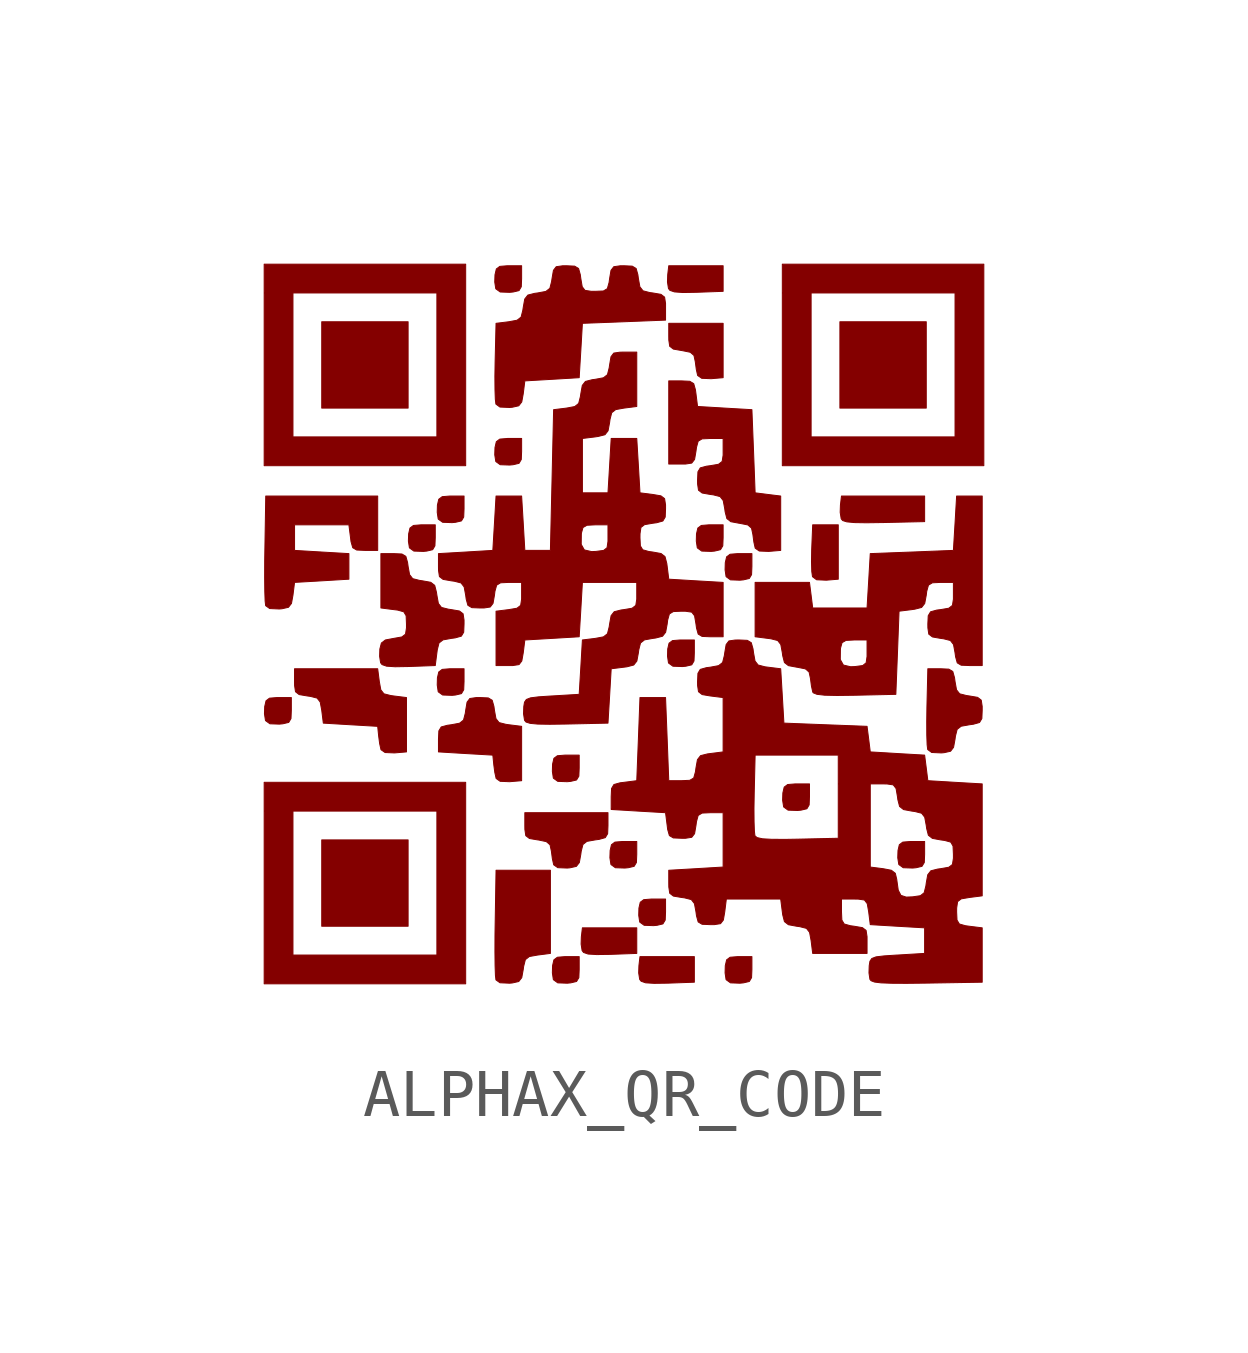
<source format=kicad_sym>
(kicad_symbol_lib
  (version 20211014)
  (generator kicad_symbol_editor)
  (symbol "ALPHAX_QR_CODE"
    (pin_names
      (offset 1.016))
    (property "Reference" "G"
      (at 0 9.365 0)
      (effects (font (size 1.27 1.27)) hide))
    (symbol "ALPHAX_QR_CODE_0_0"
      (polyline (pts (xy -4.533 -4.467) (xy -6.333 -4.467) (xy -6.333 -6.267) (xy -4.533 -6.267) (xy -4.533 -4.467)) (stroke (width 0.01) (type default) (color 0 0 0 0)) (fill (type outline)))
      (polyline (pts (xy -4.533 6.333) (xy -6.333 6.333) (xy -6.333 4.533) (xy -4.533 4.533) (xy -4.533 6.333)) (stroke (width 0.01) (type default) (color 0 0 0 0)) (fill (type outline)))
      (polyline (pts (xy 6.267 6.333) (xy 4.467 6.333) (xy 4.467 4.533) (xy 6.267 4.533) (xy 6.267 6.333)) (stroke (width 0.01) (type default) (color 0 0 0 0)) (fill (type outline)))
      (polyline (pts (xy -0.318 -6.853) (xy 0.233 -6.833) (xy 0.233 -6.3) (xy -0.9 -6.3) (xy -0.922 -6.489) (xy -0.927 -6.639) (xy -0.906 -6.775) (xy -0.876 -6.813) (xy -0.782 -6.846) (xy -0.604 -6.857) (xy -0.318 -6.853)) (stroke (width 0.01) (type default) (color 0 0 0 0)) (fill (type outline)))
      (polyline (pts (xy 0.882 -7.453) (xy 1.433 -7.433) (xy 1.433 -6.9) (xy 0.3 -6.9) (xy 0.278 -7.089) (xy 0.273 -7.239) (xy 0.294 -7.375) (xy 0.324 -7.413) (xy 0.418 -7.446) (xy 0.596 -7.457) (xy 0.882 -7.453)) (stroke (width 0.01) (type default) (color 0 0 0 0)) (fill (type outline)))
      (polyline (pts (xy 1.482 6.947) (xy 2.033 6.967) (xy 2.033 7.5) (xy 0.9 7.5) (xy 0.878 7.311) (xy 0.873 7.161) (xy 0.894 7.025) (xy 0.924 6.987) (xy 1.018 6.955) (xy 1.196 6.942) (xy 1.482 6.947)) (stroke (width 0.01) (type default) (color 0 0 0 0)) (fill (type outline)))
      (polyline (pts (xy 4.433 0.967) (xy 4.433 2.1) (xy 3.9 2.1) (xy 3.88 1.606) (xy 3.879 1.581) (xy 3.875 1.329) (xy 3.881 1.128) (xy 3.896 1.019) (xy 3.981 0.955) (xy 4.183 0.946) (xy 4.433 0.967)) (stroke (width 0.01) (type default) (color 0 0 0 0)) (fill (type outline)))
      (polyline (pts (xy -3.333 -3.267) (xy -7.533 -3.267) (xy -7.533 -3.867) (xy -6.933 -3.867) (xy -3.933 -3.867) (xy -3.933 -6.867) (xy -6.933 -6.867) (xy -6.933 -3.867) (xy -7.533 -3.867) (xy -7.533 -7.467) (xy -3.333 -7.467) (xy -3.333 -3.267)) (stroke (width 0.01) (type default) (color 0 0 0 0)) (fill (type outline)))
      (polyline (pts (xy -3.333 7.533) (xy -7.533 7.533) (xy -7.533 6.933) (xy -6.933 6.933) (xy -3.933 6.933) (xy -3.933 3.933) (xy -6.933 3.933) (xy -6.933 6.933) (xy -7.533 6.933) (xy -7.533 3.333) (xy -3.333 3.333) (xy -3.333 7.533)) (stroke (width 0.01) (type default) (color 0 0 0 0)) (fill (type outline)))
      (polyline (pts (xy 5.382 2.148) (xy 6.233 2.167) (xy 6.233 2.7) (xy 4.5 2.7) (xy 4.478 2.511) (xy 4.473 2.361) (xy 4.494 2.226) (xy 4.525 2.189) (xy 4.611 2.162) (xy 4.769 2.147) (xy 5.019 2.143) (xy 5.382 2.148)) (stroke (width 0.01) (type default) (color 0 0 0 0)) (fill (type outline)))
      (polyline (pts (xy 7.467 7.533) (xy 3.267 7.533) (xy 3.267 6.933) (xy 3.867 6.933) (xy 6.867 6.933) (xy 6.867 3.933) (xy 3.867 3.933) (xy 3.867 6.933) (xy 3.267 6.933) (xy 3.267 3.333) (xy 7.467 3.333) (xy 7.467 7.533)) (stroke (width 0.01) (type default) (color 0 0 0 0)) (fill (type outline)))
      (polyline (pts (xy -7.144 -2.047) (xy -7.021 -2.018) (xy -6.974 -1.938) (xy -6.967 -1.767) (xy -6.967 -1.5) (xy -7.233 -1.5) (xy -7.264 -1.5) (xy -7.422 -1.513) (xy -7.494 -1.567) (xy -7.522 -1.689) (xy -7.527 -1.839) (xy -7.506 -1.976) (xy -7.503 -1.982) (xy -7.413 -2.047) (xy -7.217 -2.054) (xy -7.144 -2.047)) (stroke (width 0.01) (type default) (color 0 0 0 0)) (fill (type outline)))
      (polyline (pts (xy -4.144 1.553) (xy -4.021 1.582) (xy -3.974 1.662) (xy -3.967 1.833) (xy -3.967 2.1) (xy -4.233 2.1) (xy -4.264 2.1) (xy -4.422 2.087) (xy -4.494 2.033) (xy -4.522 1.911) (xy -4.527 1.761) (xy -4.506 1.624) (xy -4.503 1.618) (xy -4.413 1.553) (xy -4.217 1.546) (xy -4.144 1.553)) (stroke (width 0.01) (type default) (color 0 0 0 0)) (fill (type outline)))
      (polyline (pts (xy -3.544 -1.447) (xy -3.421 -1.418) (xy -3.374 -1.338) (xy -3.367 -1.167) (xy -3.367 -0.9) (xy -3.633 -0.9) (xy -3.664 -0.9) (xy -3.822 -0.913) (xy -3.894 -0.967) (xy -3.922 -1.089) (xy -3.926 -1.239) (xy -3.906 -1.376) (xy -3.903 -1.382) (xy -3.813 -1.447) (xy -3.617 -1.454) (xy -3.544 -1.447)) (stroke (width 0.01) (type default) (color 0 0 0 0)) (fill (type outline)))
      (polyline (pts (xy -3.544 2.153) (xy -3.421 2.182) (xy -3.374 2.262) (xy -3.367 2.433) (xy -3.367 2.7) (xy -3.633 2.7) (xy -3.664 2.7) (xy -3.822 2.687) (xy -3.894 2.633) (xy -3.922 2.511) (xy -3.926 2.361) (xy -3.906 2.224) (xy -3.903 2.218) (xy -3.813 2.153) (xy -3.617 2.146) (xy -3.544 2.153)) (stroke (width 0.01) (type default) (color 0 0 0 0)) (fill (type outline)))
      (polyline (pts (xy -2.344 3.353) (xy -2.221 3.382) (xy -2.174 3.462) (xy -2.167 3.633) (xy -2.167 3.9) (xy -2.433 3.9) (xy -2.464 3.9) (xy -2.622 3.887) (xy -2.694 3.833) (xy -2.722 3.711) (xy -2.727 3.561) (xy -2.706 3.424) (xy -2.703 3.418) (xy -2.613 3.353) (xy -2.417 3.346) (xy -2.344 3.353)) (stroke (width 0.01) (type default) (color 0 0 0 0)) (fill (type outline)))
      (polyline (pts (xy -2.344 6.953) (xy -2.221 6.982) (xy -2.174 7.062) (xy -2.167 7.233) (xy -2.167 7.5) (xy -2.433 7.5) (xy -2.464 7.5) (xy -2.622 7.487) (xy -2.694 7.433) (xy -2.722 7.311) (xy -2.727 7.161) (xy -2.706 7.024) (xy -2.703 7.018) (xy -2.613 6.953) (xy -2.417 6.946) (xy -2.344 6.953)) (stroke (width 0.01) (type default) (color 0 0 0 0)) (fill (type outline)))
      (polyline (pts (xy -1.144 -7.447) (xy -1.022 -7.418) (xy -0.974 -7.338) (xy -0.967 -7.167) (xy -0.967 -6.9) (xy -1.233 -6.9) (xy -1.264 -6.9) (xy -1.422 -6.913) (xy -1.494 -6.967) (xy -1.522 -7.089) (xy -1.526 -7.239) (xy -1.506 -7.376) (xy -1.503 -7.382) (xy -1.413 -7.447) (xy -1.217 -7.454) (xy -1.144 -7.447)) (stroke (width 0.01) (type default) (color 0 0 0 0)) (fill (type outline)))
      (polyline (pts (xy -1.144 -3.247) (xy -1.022 -3.218) (xy -0.974 -3.138) (xy -0.967 -2.967) (xy -0.967 -2.7) (xy -1.233 -2.7) (xy -1.264 -2.7) (xy -1.422 -2.713) (xy -1.494 -2.767) (xy -1.522 -2.889) (xy -1.526 -3.039) (xy -1.506 -3.176) (xy -1.503 -3.182) (xy -1.413 -3.247) (xy -1.217 -3.254) (xy -1.144 -3.247)) (stroke (width 0.01) (type default) (color 0 0 0 0)) (fill (type outline)))
      (polyline (pts (xy 0.056 -5.047) (xy 0.178 -5.018) (xy 0.226 -4.938) (xy 0.233 -4.767) (xy 0.233 -4.5) (xy -0.033 -4.5) (xy -0.064 -4.5) (xy -0.222 -4.513) (xy -0.294 -4.567) (xy -0.322 -4.689) (xy -0.327 -4.839) (xy -0.306 -4.976) (xy -0.303 -4.982) (xy -0.213 -5.047) (xy -0.017 -5.054) (xy 0.056 -5.047)) (stroke (width 0.01) (type default) (color 0 0 0 0)) (fill (type outline)))
      (polyline (pts (xy 0.656 -6.247) (xy 0.778 -6.218) (xy 0.826 -6.138) (xy 0.833 -5.967) (xy 0.833 -5.7) (xy 0.567 -5.7) (xy 0.536 -5.7) (xy 0.378 -5.713) (xy 0.306 -5.767) (xy 0.278 -5.889) (xy 0.274 -6.039) (xy 0.294 -6.176) (xy 0.297 -6.182) (xy 0.387 -6.247) (xy 0.583 -6.254) (xy 0.656 -6.247)) (stroke (width 0.01) (type default) (color 0 0 0 0)) (fill (type outline)))
      (polyline (pts (xy 1.256 -0.847) (xy 1.379 -0.818) (xy 1.426 -0.738) (xy 1.433 -0.567) (xy 1.433 -0.3) (xy 1.167 -0.3) (xy 1.136 -0.3) (xy 0.978 -0.313) (xy 0.906 -0.367) (xy 0.878 -0.489) (xy 0.874 -0.639) (xy 0.894 -0.776) (xy 0.897 -0.782) (xy 0.987 -0.847) (xy 1.183 -0.854) (xy 1.256 -0.847)) (stroke (width 0.01) (type default) (color 0 0 0 0)) (fill (type outline)))
      (polyline (pts (xy 1.856 1.553) (xy 1.978 1.582) (xy 2.026 1.662) (xy 2.033 1.833) (xy 2.033 2.1) (xy 1.767 2.1) (xy 1.736 2.1) (xy 1.578 2.087) (xy 1.506 2.033) (xy 1.478 1.911) (xy 1.474 1.761) (xy 1.494 1.624) (xy 1.497 1.618) (xy 1.587 1.553) (xy 1.783 1.546) (xy 1.856 1.553)) (stroke (width 0.01) (type default) (color 0 0 0 0)) (fill (type outline)))
      (polyline (pts (xy 2.456 -7.447) (xy 2.579 -7.418) (xy 2.626 -7.338) (xy 2.633 -7.167) (xy 2.633 -6.9) (xy 2.367 -6.9) (xy 2.336 -6.9) (xy 2.178 -6.913) (xy 2.106 -6.967) (xy 2.078 -7.089) (xy 2.074 -7.239) (xy 2.094 -7.376) (xy 2.097 -7.382) (xy 2.187 -7.447) (xy 2.383 -7.454) (xy 2.456 -7.447)) (stroke (width 0.01) (type default) (color 0 0 0 0)) (fill (type outline)))
      (polyline (pts (xy 2.456 0.953) (xy 2.579 0.982) (xy 2.626 1.062) (xy 2.633 1.233) (xy 2.633 1.5) (xy 2.367 1.5) (xy 2.336 1.5) (xy 2.178 1.487) (xy 2.106 1.433) (xy 2.078 1.311) (xy 2.074 1.161) (xy 2.094 1.024) (xy 2.097 1.018) (xy 2.187 0.953) (xy 2.383 0.946) (xy 2.456 0.953)) (stroke (width 0.01) (type default) (color 0 0 0 0)) (fill (type outline)))
      (polyline (pts (xy 3.656 -3.847) (xy 3.779 -3.818) (xy 3.826 -3.738) (xy 3.833 -3.567) (xy 3.833 -3.3) (xy 3.567 -3.3) (xy 3.536 -3.3) (xy 3.378 -3.313) (xy 3.306 -3.367) (xy 3.278 -3.489) (xy 3.273 -3.639) (xy 3.294 -3.776) (xy 3.297 -3.782) (xy 3.387 -3.847) (xy 3.583 -3.854) (xy 3.656 -3.847)) (stroke (width 0.01) (type default) (color 0 0 0 0)) (fill (type outline)))
      (polyline (pts (xy 6.056 -5.047) (xy 6.178 -5.018) (xy 6.226 -4.938) (xy 6.233 -4.767) (xy 6.233 -4.5) (xy 5.967 -4.5) (xy 5.936 -4.5) (xy 5.778 -4.513) (xy 5.706 -4.567) (xy 5.678 -4.689) (xy 5.673 -4.839) (xy 5.694 -4.976) (xy 5.697 -4.982) (xy 5.787 -5.047) (xy 5.983 -5.054) (xy 6.056 -5.047)) (stroke (width 0.01) (type default) (color 0 0 0 0)) (fill (type outline)))
      (polyline (pts (xy 2.033 5.167) (xy 2.033 6.3) (xy 0.9 6.3) (xy 0.9 6.033) (xy 0.901 5.951) (xy 0.92 5.821) (xy 0.996 5.763) (xy 1.167 5.733) (xy 1.181 5.731) (xy 1.348 5.697) (xy 1.425 5.631) (xy 1.453 5.5) (xy 1.474 5.34) (xy 1.502 5.213) (xy 1.587 5.154) (xy 1.783 5.146) (xy 2.033 5.167)) (stroke (width 0.01) (type default) (color 0 0 0 0)) (fill (type outline)))
      (polyline (pts (xy -2.361 -7.449) (xy -2.227 -7.419) (xy -2.164 -7.338) (xy -2.133 -7.167) (xy -2.125 -7.105) (xy -2.089 -6.963) (xy -2.006 -6.898) (xy -1.833 -6.867) (xy -1.567 -6.833) (xy -1.567 -5.1) (xy -2.7 -5.1) (xy -2.718 -6.197) (xy -2.722 -6.452) (xy -2.723 -6.8) (xy -2.72 -7.087) (xy -2.713 -7.29) (xy -2.702 -7.385) (xy -2.618 -7.445) (xy -2.417 -7.454) (xy -2.361 -7.449)) (stroke (width 0.01) (type default) (color 0 0 0 0)) (fill (type outline)))
      (polyline (pts (xy -4.567 -2.633) (xy -4.567 -1.5) (xy -4.833 -1.467) (xy -4.895 -1.458) (xy -5.037 -1.422) (xy -5.102 -1.339) (xy -5.133 -1.167) (xy -5.167 -0.9) (xy -6.9 -0.9) (xy -6.9 -1.167) (xy -6.899 -1.249) (xy -6.88 -1.379) (xy -6.804 -1.438) (xy -6.633 -1.467) (xy -6.572 -1.475) (xy -6.43 -1.511) (xy -6.365 -1.594) (xy -6.333 -1.767) (xy -6.3 -2.033) (xy -5.733 -2.067) (xy -5.167 -2.1) (xy -5.147 -2.3) (xy -5.126 -2.46) (xy -5.098 -2.587) (xy -5.013 -2.646) (xy -4.817 -2.654) (xy -4.567 -2.633)) (stroke (width 0.01) (type default) (color 0 0 0 0)) (fill (type outline)))
      (polyline (pts (xy -1.161 -5.049) (xy -1.026 -5.019) (xy -0.964 -4.939) (xy -0.933 -4.767) (xy -0.925 -4.705) (xy -0.889 -4.563) (xy -0.806 -4.498) (xy -0.633 -4.467) (xy -0.551 -4.456) (xy -0.423 -4.42) (xy -0.374 -4.338) (xy -0.367 -4.167) (xy -0.367 -3.9) (xy -2.1 -3.9) (xy -2.1 -4.167) (xy -2.099 -4.249) (xy -2.08 -4.379) (xy -2.004 -4.438) (xy -1.833 -4.467) (xy -1.819 -4.468) (xy -1.652 -4.503) (xy -1.575 -4.569) (xy -1.547 -4.7) (xy -1.526 -4.86) (xy -1.498 -4.987) (xy -1.413 -5.046) (xy -1.217 -5.054) (xy -1.161 -5.049)) (stroke (width 0.01) (type default) (color 0 0 0 0)) (fill (type outline)))
      (polyline (pts (xy -7.161 0.351) (xy -7.027 0.381) (xy -6.964 0.462) (xy -6.933 0.633) (xy -6.9 0.9) (xy -6.333 0.933) (xy -5.767 0.967) (xy -5.767 1.5) (xy -6.333 1.533) (xy -6.9 1.567) (xy -6.9 2.1) (xy -5.767 2.1) (xy -5.733 1.833) (xy -5.723 1.751) (xy -5.687 1.623) (xy -5.605 1.575) (xy -5.433 1.567) (xy -5.167 1.567) (xy -5.167 2.7) (xy -7.5 2.7) (xy -7.518 1.603) (xy -7.522 1.348) (xy -7.523 1) (xy -7.52 0.713) (xy -7.513 0.51) (xy -7.502 0.415) (xy -7.418 0.355) (xy -7.217 0.346) (xy -7.161 0.351)) (stroke (width 0.01) (type default) (color 0 0 0 0)) (fill (type outline)))
      (polyline (pts (xy -2.167 -3.233) (xy -2.167 -2.1) (xy -2.433 -2.067) (xy -2.495 -2.058) (xy -2.637 -2.022) (xy -2.702 -1.939) (xy -2.733 -1.767) (xy -2.744 -1.685) (xy -2.78 -1.557) (xy -2.862 -1.508) (xy -3.033 -1.5) (xy -3.115 -1.501) (xy -3.246 -1.52) (xy -3.304 -1.596) (xy -3.333 -1.767) (xy -3.341 -1.828) (xy -3.378 -1.97) (xy -3.461 -2.035) (xy -3.633 -2.067) (xy -3.715 -2.078) (xy -3.843 -2.113) (xy -3.892 -2.195) (xy -3.9 -2.367) (xy -3.9 -2.633) (xy -3.333 -2.667) (xy -2.767 -2.7) (xy -2.747 -2.9) (xy -2.726 -3.06) (xy -2.698 -3.187) (xy -2.614 -3.246) (xy -2.417 -3.254) (xy -2.167 -3.233)) (stroke (width 0.01) (type default) (color 0 0 0 0)) (fill (type outline)))
      (polyline (pts (xy 6.639 -2.649) (xy 6.774 -2.619) (xy 6.836 -2.538) (xy 6.867 -2.367) (xy 6.875 -2.305) (xy 6.911 -2.163) (xy 6.994 -2.098) (xy 7.167 -2.067) (xy 7.249 -2.056) (xy 7.377 -2.02) (xy 7.426 -1.938) (xy 7.433 -1.767) (xy 7.433 -1.685) (xy 7.413 -1.554) (xy 7.337 -1.496) (xy 7.167 -1.467) (xy 7.105 -1.458) (xy 6.963 -1.422) (xy 6.898 -1.339) (xy 6.867 -1.167) (xy 6.856 -1.085) (xy 6.82 -0.957) (xy 6.738 -0.908) (xy 6.567 -0.9) (xy 6.3 -0.9) (xy 6.281 -1.696) (xy 6.277 -2.004) (xy 6.278 -2.281) (xy 6.285 -2.484) (xy 6.297 -2.583) (xy 6.38 -2.645) (xy 6.583 -2.654) (xy 6.639 -2.649)) (stroke (width 0.01) (type default) (color 0 0 0 0)) (fill (type outline)))
      (polyline (pts (xy -4.518 -0.853) (xy -3.967 -0.833) (xy -3.933 -0.567) (xy -3.925 -0.505) (xy -3.889 -0.363) (xy -3.806 -0.298) (xy -3.633 -0.267) (xy -3.551 -0.256) (xy -3.423 -0.22) (xy -3.374 -0.138) (xy -3.367 0.033) (xy -3.367 0.115) (xy -3.387 0.246) (xy -3.463 0.304) (xy -3.633 0.333) (xy -3.695 0.342) (xy -3.837 0.378) (xy -3.902 0.461) (xy -3.933 0.633) (xy -3.942 0.695) (xy -3.978 0.837) (xy -4.061 0.902) (xy -4.233 0.933) (xy -4.295 0.942) (xy -4.437 0.978) (xy -4.502 1.061) (xy -4.533 1.233) (xy -4.544 1.315) (xy -4.58 1.443) (xy -4.662 1.492) (xy -4.833 1.5) (xy -5.1 1.5) (xy -5.1 0.367) (xy -4.833 0.333) (xy -4.751 0.323) (xy -4.623 0.287) (xy -4.574 0.205) (xy -4.567 0.033) (xy -4.567 -0.049) (xy -4.587 -0.179) (xy -4.663 -0.237) (xy -4.833 -0.267) (xy -5.007 -0.3) (xy -5.09 -0.364) (xy -5.122 -0.489) (xy -5.127 -0.639) (xy -5.106 -0.775) (xy -5.076 -0.813) (xy -4.982 -0.846) (xy -4.804 -0.858) (xy -4.518 -0.853)) (stroke (width 0.01) (type default) (color 0 0 0 0)) (fill (type outline)))
      (polyline (pts (xy 3.233 1.567) (xy 3.233 2.7) (xy 2.967 2.733) (xy 2.7 2.767) (xy 2.667 3.633) (xy 2.633 4.5) (xy 2.067 4.533) (xy 1.5 4.567) (xy 1.467 4.833) (xy 1.456 4.915) (xy 1.42 5.043) (xy 1.338 5.092) (xy 1.167 5.1) (xy 0.9 5.1) (xy 0.9 3.367) (xy 1.167 3.367) (xy 1.249 3.367) (xy 1.379 3.387) (xy 1.438 3.463) (xy 1.467 3.633) (xy 1.478 3.715) (xy 1.513 3.843) (xy 1.595 3.892) (xy 1.767 3.9) (xy 2.033 3.9) (xy 2.033 3.633) (xy 2.033 3.551) (xy 2.013 3.421) (xy 1.937 3.362) (xy 1.767 3.333) (xy 1.685 3.322) (xy 1.557 3.287) (xy 1.508 3.205) (xy 1.5 3.033) (xy 1.501 2.951) (xy 1.52 2.821) (xy 1.596 2.763) (xy 1.767 2.733) (xy 1.828 2.725) (xy 1.97 2.689) (xy 2.035 2.606) (xy 2.067 2.433) (xy 2.075 2.372) (xy 2.111 2.23) (xy 2.194 2.165) (xy 2.367 2.133) (xy 2.381 2.131) (xy 2.548 2.098) (xy 2.625 2.031) (xy 2.653 1.9) (xy 2.674 1.74) (xy 2.702 1.613) (xy 2.787 1.554) (xy 2.983 1.546) (xy 3.233 1.567)) (stroke (width 0.01) (type default) (color 0 0 0 0)) (fill (type outline)))
      (polyline (pts (xy -2.361 4.551) (xy -2.227 4.581) (xy -2.164 4.662) (xy -2.133 4.833) (xy -2.1 5.1) (xy -1.533 5.133) (xy -0.967 5.167) (xy -0.933 5.733) (xy -0.9 6.3) (xy -0.033 6.333) (xy 0.833 6.367) (xy 0.833 6.633) (xy 0.833 6.715) (xy 0.813 6.846) (xy 0.737 6.904) (xy 0.567 6.933) (xy 0.505 6.941) (xy 0.363 6.978) (xy 0.298 7.061) (xy 0.267 7.233) (xy 0.256 7.315) (xy 0.22 7.443) (xy 0.138 7.492) (xy -0.033 7.5) (xy -0.115 7.499) (xy -0.246 7.48) (xy -0.304 7.404) (xy -0.333 7.233) (xy -0.344 7.151) (xy -0.38 7.023) (xy -0.462 6.974) (xy -0.633 6.967) (xy -0.715 6.967) (xy -0.846 6.987) (xy -0.904 7.063) (xy -0.933 7.233) (xy -0.944 7.315) (xy -0.98 7.443) (xy -1.062 7.492) (xy -1.233 7.5) (xy -1.315 7.499) (xy -1.446 7.48) (xy -1.504 7.404) (xy -1.533 7.233) (xy -1.542 7.172) (xy -1.578 7.03) (xy -1.661 6.965) (xy -1.833 6.933) (xy -1.895 6.925) (xy -2.037 6.889) (xy -2.102 6.806) (xy -2.133 6.633) (xy -2.142 6.572) (xy -2.178 6.43) (xy -2.261 6.365) (xy -2.433 6.333) (xy -2.7 6.3) (xy -2.719 5.504) (xy -2.724 5.196) (xy -2.722 4.919) (xy -2.715 4.716) (xy -2.703 4.617) (xy -2.619 4.555) (xy -2.417 4.546) (xy -2.361 4.551)) (stroke (width 0.01) (type default) (color 0 0 0 0)) (fill (type outline)))
      (polyline (pts (xy 4.782 -1.452) (xy 5.633 -1.433) (xy 5.667 -0.567) (xy 5.7 0.3) (xy 5.967 0.333) (xy 6.028 0.342) (xy 6.17 0.378) (xy 6.235 0.461) (xy 6.267 0.633) (xy 6.277 0.715) (xy 6.313 0.843) (xy 6.395 0.892) (xy 6.567 0.9) (xy 6.833 0.9) (xy 6.833 0.633) (xy 6.833 0.551) (xy 6.813 0.421) (xy 6.737 0.362) (xy 6.567 0.333) (xy 6.485 0.323) (xy 6.357 0.287) (xy 6.308 0.205) (xy 6.3 0.033) (xy 6.301 -0.049) (xy 6.32 -0.179) (xy 6.396 -0.237) (xy 6.567 -0.267) (xy 6.628 -0.275) (xy 6.77 -0.311) (xy 6.835 -0.394) (xy 6.867 -0.567) (xy 6.878 -0.649) (xy 6.913 -0.777) (xy 6.995 -0.826) (xy 7.167 -0.833) (xy 7.433 -0.833) (xy 7.433 2.7) (xy 6.9 2.7) (xy 6.867 2.133) (xy 6.833 1.567) (xy 5.967 1.533) (xy 5.1 1.5) (xy 5.067 0.933) (xy 5.033 0.367) (xy 3.9 0.367) (xy 3.867 0.633) (xy 3.833 0.9) (xy 2.7 0.9) (xy 2.7 -0.233) (xy 2.967 -0.267) (xy 3.028 -0.275) (xy 3.17 -0.311) (xy 3.235 -0.394) (xy 3.267 -0.567) (xy 3.275 -0.628) (xy 3.295 -0.707) (xy 4.475 -0.707) (xy 4.478 -0.489) (xy 4.481 -0.467) (xy 4.512 -0.356) (xy 4.593 -0.309) (xy 4.767 -0.3) (xy 5.033 -0.3) (xy 5.033 -0.567) (xy 5.033 -0.644) (xy 5.014 -0.776) (xy 4.943 -0.833) (xy 4.783 -0.854) (xy 4.691 -0.858) (xy 4.54 -0.823) (xy 4.475 -0.707) (xy 3.295 -0.707) (xy 3.311 -0.77) (xy 3.394 -0.835) (xy 3.567 -0.867) (xy 3.581 -0.869) (xy 3.748 -0.902) (xy 3.825 -0.969) (xy 3.853 -1.1) (xy 3.874 -1.26) (xy 3.901 -1.385) (xy 3.913 -1.402) (xy 3.99 -1.433) (xy 4.149 -1.451) (xy 4.407 -1.457) (xy 4.782 -1.452)) (stroke (width 0.01) (type default) (color 0 0 0 0)) (fill (type outline)))
      (polyline (pts (xy -1.218 -2.052) (xy -0.367 -2.033) (xy -0.333 -1.467) (xy -0.3 -0.9) (xy -0.033 -0.867) (xy 0.028 -0.859) (xy 0.17 -0.822) (xy 0.235 -0.739) (xy 0.267 -0.567) (xy 0.275 -0.505) (xy 0.311 -0.363) (xy 0.394 -0.298) (xy 0.567 -0.267) (xy 0.628 -0.259) (xy 0.77 -0.222) (xy 0.835 -0.139) (xy 0.867 0.033) (xy 0.877 0.115) (xy 0.913 0.243) (xy 0.995 0.292) (xy 1.167 0.3) (xy 1.249 0.299) (xy 1.379 0.28) (xy 1.438 0.204) (xy 1.467 0.033) (xy 1.478 -0.049) (xy 1.513 -0.177) (xy 1.595 -0.226) (xy 1.767 -0.233) (xy 2.033 -0.233) (xy 2.033 0.9) (xy 1.467 0.933) (xy 0.9 0.967) (xy 0.867 1.233) (xy 0.859 1.295) (xy 0.822 1.437) (xy 0.739 1.502) (xy 0.567 1.533) (xy 0.485 1.544) (xy 0.357 1.58) (xy 0.308 1.662) (xy 0.3 1.833) (xy 0.301 1.915) (xy 0.32 2.046) (xy 0.396 2.104) (xy 0.567 2.133) (xy 0.649 2.144) (xy 0.777 2.18) (xy 0.826 2.262) (xy 0.833 2.433) (xy 0.833 2.515) (xy 0.813 2.646) (xy 0.737 2.704) (xy 0.567 2.733) (xy 0.3 2.767) (xy 0.267 3.333) (xy 0.233 3.9) (xy -0.3 3.9) (xy -0.333 3.333) (xy -0.367 2.767) (xy -0.9 2.767) (xy -0.9 3.9) (xy -0.633 3.933) (xy -0.572 3.942) (xy -0.43 3.978) (xy -0.365 4.061) (xy -0.333 4.233) (xy -0.325 4.295) (xy -0.289 4.437) (xy -0.206 4.502) (xy -0.033 4.533) (xy 0.233 4.567) (xy 0.233 5.7) (xy -0.033 5.7) (xy -0.115 5.699) (xy -0.246 5.68) (xy -0.304 5.604) (xy -0.333 5.433) (xy -0.342 5.372) (xy -0.378 5.23) (xy -0.461 5.165) (xy -0.633 5.133) (xy -0.695 5.125) (xy -0.837 5.089) (xy -0.902 5.006) (xy -0.933 4.833) (xy -0.942 4.772) (xy -0.978 4.63) (xy -1.061 4.565) (xy -1.233 4.533) (xy -1.5 4.5) (xy -1.533 3.033) (xy -1.564 1.693) (xy -0.925 1.693) (xy -0.922 1.911) (xy -0.919 1.933) (xy -0.888 2.044) (xy -0.806 2.091) (xy -0.633 2.1) (xy -0.367 2.1) (xy -0.367 1.833) (xy -0.367 1.756) (xy -0.386 1.623) (xy -0.457 1.567) (xy -0.617 1.546) (xy -0.709 1.542) (xy -0.86 1.577) (xy -0.925 1.693) (xy -1.564 1.693) (xy -1.567 1.567) (xy -2.1 1.567) (xy -2.133 2.133) (xy -2.167 2.7) (xy -2.7 2.7) (xy -2.733 2.133) (xy -2.767 1.567) (xy -3.333 1.533) (xy -3.9 1.5) (xy -3.9 1.233) (xy -3.899 1.151) (xy -3.88 1.021) (xy -3.804 0.963) (xy -3.633 0.933) (xy -3.572 0.925) (xy -3.43 0.889) (xy -3.365 0.806) (xy -3.333 0.633) (xy -3.322 0.551) (xy -3.287 0.423) (xy -3.205 0.374) (xy -3.033 0.367) (xy -2.951 0.367) (xy -2.821 0.387) (xy -2.763 0.463) (xy -2.733 0.633) (xy -2.723 0.715) (xy -2.687 0.843) (xy -2.605 0.892) (xy -2.433 0.9) (xy -2.167 0.9) (xy -2.167 0.633) (xy -2.167 0.551) (xy -2.187 0.421) (xy -2.263 0.362) (xy -2.433 0.333) (xy -2.7 0.3) (xy -2.7 -0.833) (xy -2.433 -0.833) (xy -2.351 -0.833) (xy -2.221 -0.813) (xy -2.163 -0.737) (xy -2.133 -0.567) (xy -2.1 -0.3) (xy -1.533 -0.267) (xy -0.967 -0.233) (xy -0.933 0.333) (xy -0.9 0.9) (xy 0.233 0.9) (xy 0.233 0.633) (xy 0.233 0.551) (xy 0.213 0.421) (xy 0.137 0.362) (xy -0.033 0.333) (xy -0.095 0.325) (xy -0.237 0.289) (xy -0.302 0.206) (xy -0.333 0.033) (xy -0.342 -0.028) (xy -0.378 -0.17) (xy -0.461 -0.235) (xy -0.633 -0.267) (xy -0.9 -0.3) (xy -0.933 -0.867) (xy -0.967 -1.433) (xy -1.533 -1.467) (xy -1.542 -1.467) (xy -1.813 -1.485) (xy -1.98 -1.506) (xy -2.068 -1.54) (xy -2.107 -1.597) (xy -2.122 -1.689) (xy -2.127 -1.839) (xy -2.106 -1.974) (xy -2.075 -2.011) (xy -1.989 -2.038) (xy -1.831 -2.053) (xy -1.581 -2.057) (xy -1.218 -2.052)) (stroke (width 0.01) (type default) (color 0 0 0 0)) (fill (type outline)))
      (polyline (pts (xy 6.282 -7.452) (xy 7.433 -7.433) (xy 7.433 -6.3) (xy 7.167 -6.267) (xy 7.085 -6.256) (xy 6.957 -6.22) (xy 6.908 -6.138) (xy 6.9 -5.967) (xy 6.901 -5.885) (xy 6.92 -5.754) (xy 6.996 -5.696) (xy 7.167 -5.667) (xy 7.433 -5.633) (xy 7.433 -3.3) (xy 6.867 -3.267) (xy 6.3 -3.233) (xy 6.267 -2.967) (xy 6.233 -2.7) (xy 5.667 -2.667) (xy 5.1 -2.633) (xy 5.067 -2.367) (xy 5.033 -2.1) (xy 4.167 -2.067) (xy 3.3 -2.033) (xy 3.267 -1.467) (xy 3.233 -0.9) (xy 2.967 -0.867) (xy 2.905 -0.859) (xy 2.763 -0.822) (xy 2.698 -0.739) (xy 2.667 -0.567) (xy 2.656 -0.485) (xy 2.62 -0.357) (xy 2.538 -0.308) (xy 2.367 -0.3) (xy 2.285 -0.301) (xy 2.154 -0.32) (xy 2.096 -0.396) (xy 2.067 -0.567) (xy 2.058 -0.628) (xy 2.022 -0.77) (xy 1.939 -0.835) (xy 1.767 -0.867) (xy 1.685 -0.877) (xy 1.557 -0.913) (xy 1.508 -0.995) (xy 1.5 -1.167) (xy 1.501 -1.249) (xy 1.52 -1.379) (xy 1.596 -1.438) (xy 1.767 -1.467) (xy 2.033 -1.5) (xy 2.033 -2.633) (xy 1.767 -2.667) (xy 1.705 -2.675) (xy 1.563 -2.711) (xy 1.498 -2.794) (xy 1.467 -2.967) (xy 1.456 -3.049) (xy 1.42 -3.177) (xy 1.338 -3.225) (xy 1.167 -3.233) (xy 0.9 -3.233) (xy 0.867 -2.367) (xy 0.833 -1.5) (xy 0.3 -1.5) (xy 0.267 -2.367) (xy 0.233 -3.233) (xy -0.033 -3.267) (xy -0.115 -3.277) (xy -0.243 -3.313) (xy -0.292 -3.395) (xy -0.3 -3.567) (xy -0.3 -3.815) (xy 2.676 -3.815) (xy 2.681 -3.496) (xy 2.7 -2.7) (xy 4.433 -2.7) (xy 4.433 -3.3) (xy 5.1 -3.3) (xy 5.367 -3.3) (xy 5.449 -3.301) (xy 5.579 -3.32) (xy 5.638 -3.396) (xy 5.667 -3.567) (xy 5.675 -3.628) (xy 5.711 -3.77) (xy 5.794 -3.835) (xy 5.967 -3.867) (xy 6.028 -3.875) (xy 6.17 -3.911) (xy 6.235 -3.994) (xy 6.267 -4.167) (xy 6.275 -4.228) (xy 6.311 -4.37) (xy 6.394 -4.435) (xy 6.567 -4.467) (xy 6.649 -4.478) (xy 6.777 -4.513) (xy 6.825 -4.595) (xy 6.833 -4.767) (xy 6.833 -4.849) (xy 6.813 -4.979) (xy 6.737 -5.037) (xy 6.567 -5.067) (xy 6.505 -5.075) (xy 6.363 -5.111) (xy 6.298 -5.194) (xy 6.267 -5.367) (xy 6.259 -5.427) (xy 6.223 -5.569) (xy 6.145 -5.63) (xy 5.983 -5.654) (xy 5.848 -5.659) (xy 5.739 -5.623) (xy 5.683 -5.514) (xy 5.653 -5.3) (xy 5.652 -5.289) (xy 5.622 -5.163) (xy 5.54 -5.1) (xy 5.367 -5.067) (xy 5.1 -5.033) (xy 5.1 -3.3) (xy 4.433 -3.3) (xy 4.433 -4.433) (xy 3.582 -4.452) (xy 3.35 -4.456) (xy 3.049 -4.455) (xy 2.853 -4.444) (xy 2.741 -4.419) (xy 2.696 -4.381) (xy 2.685 -4.288) (xy 2.678 -4.089) (xy 2.676 -3.815) (xy -0.3 -3.815) (xy -0.3 -3.833) (xy 0.267 -3.867) (xy 0.833 -3.9) (xy 0.867 -4.167) (xy 0.877 -4.249) (xy 0.913 -4.377) (xy 0.995 -4.426) (xy 1.167 -4.433) (xy 1.249 -4.433) (xy 1.379 -4.413) (xy 1.438 -4.337) (xy 1.467 -4.167) (xy 1.478 -4.085) (xy 1.513 -3.957) (xy 1.595 -3.908) (xy 1.767 -3.9) (xy 2.033 -3.9) (xy 2.033 -5.033) (xy 1.467 -5.067) (xy 0.9 -5.1) (xy 0.9 -5.367) (xy 0.901 -5.449) (xy 0.92 -5.579) (xy 0.996 -5.638) (xy 1.167 -5.667) (xy 1.228 -5.675) (xy 1.37 -5.711) (xy 1.435 -5.794) (xy 1.467 -5.967) (xy 1.478 -6.049) (xy 1.513 -6.177) (xy 1.595 -6.226) (xy 1.767 -6.233) (xy 1.849 -6.233) (xy 1.979 -6.213) (xy 2.038 -6.137) (xy 2.067 -5.967) (xy 2.1 -5.7) (xy 3.233 -5.7) (xy 3.267 -5.967) (xy 3.275 -6.028) (xy 3.311 -6.17) (xy 3.394 -6.235) (xy 3.567 -6.267) (xy 3.628 -6.275) (xy 3.77 -6.311) (xy 3.835 -6.394) (xy 3.867 -6.567) (xy 3.9 -6.833) (xy 5.033 -6.833) (xy 5.033 -6.567) (xy 5.033 -6.485) (xy 5.013 -6.354) (xy 4.937 -6.296) (xy 4.767 -6.267) (xy 4.685 -6.256) (xy 4.557 -6.22) (xy 4.508 -6.138) (xy 4.5 -5.967) (xy 4.5 -5.7) (xy 4.767 -5.7) (xy 4.849 -5.701) (xy 4.979 -5.72) (xy 5.037 -5.796) (xy 5.067 -5.967) (xy 5.1 -6.233) (xy 5.667 -6.267) (xy 6.233 -6.3) (xy 6.233 -6.833) (xy 5.667 -6.867) (xy 5.658 -6.867) (xy 5.387 -6.885) (xy 5.22 -6.905) (xy 5.132 -6.939) (xy 5.093 -6.997) (xy 5.078 -7.089) (xy 5.073 -7.239) (xy 5.093 -7.374) (xy 5.118 -7.403) (xy 5.189 -7.43) (xy 5.324 -7.447) (xy 5.54 -7.455) (xy 5.853 -7.457) (xy 6.282 -7.452)) (stroke (width 0.01) (type default) (color 0 0 0 0)) (fill (type outline))))))
</source>
